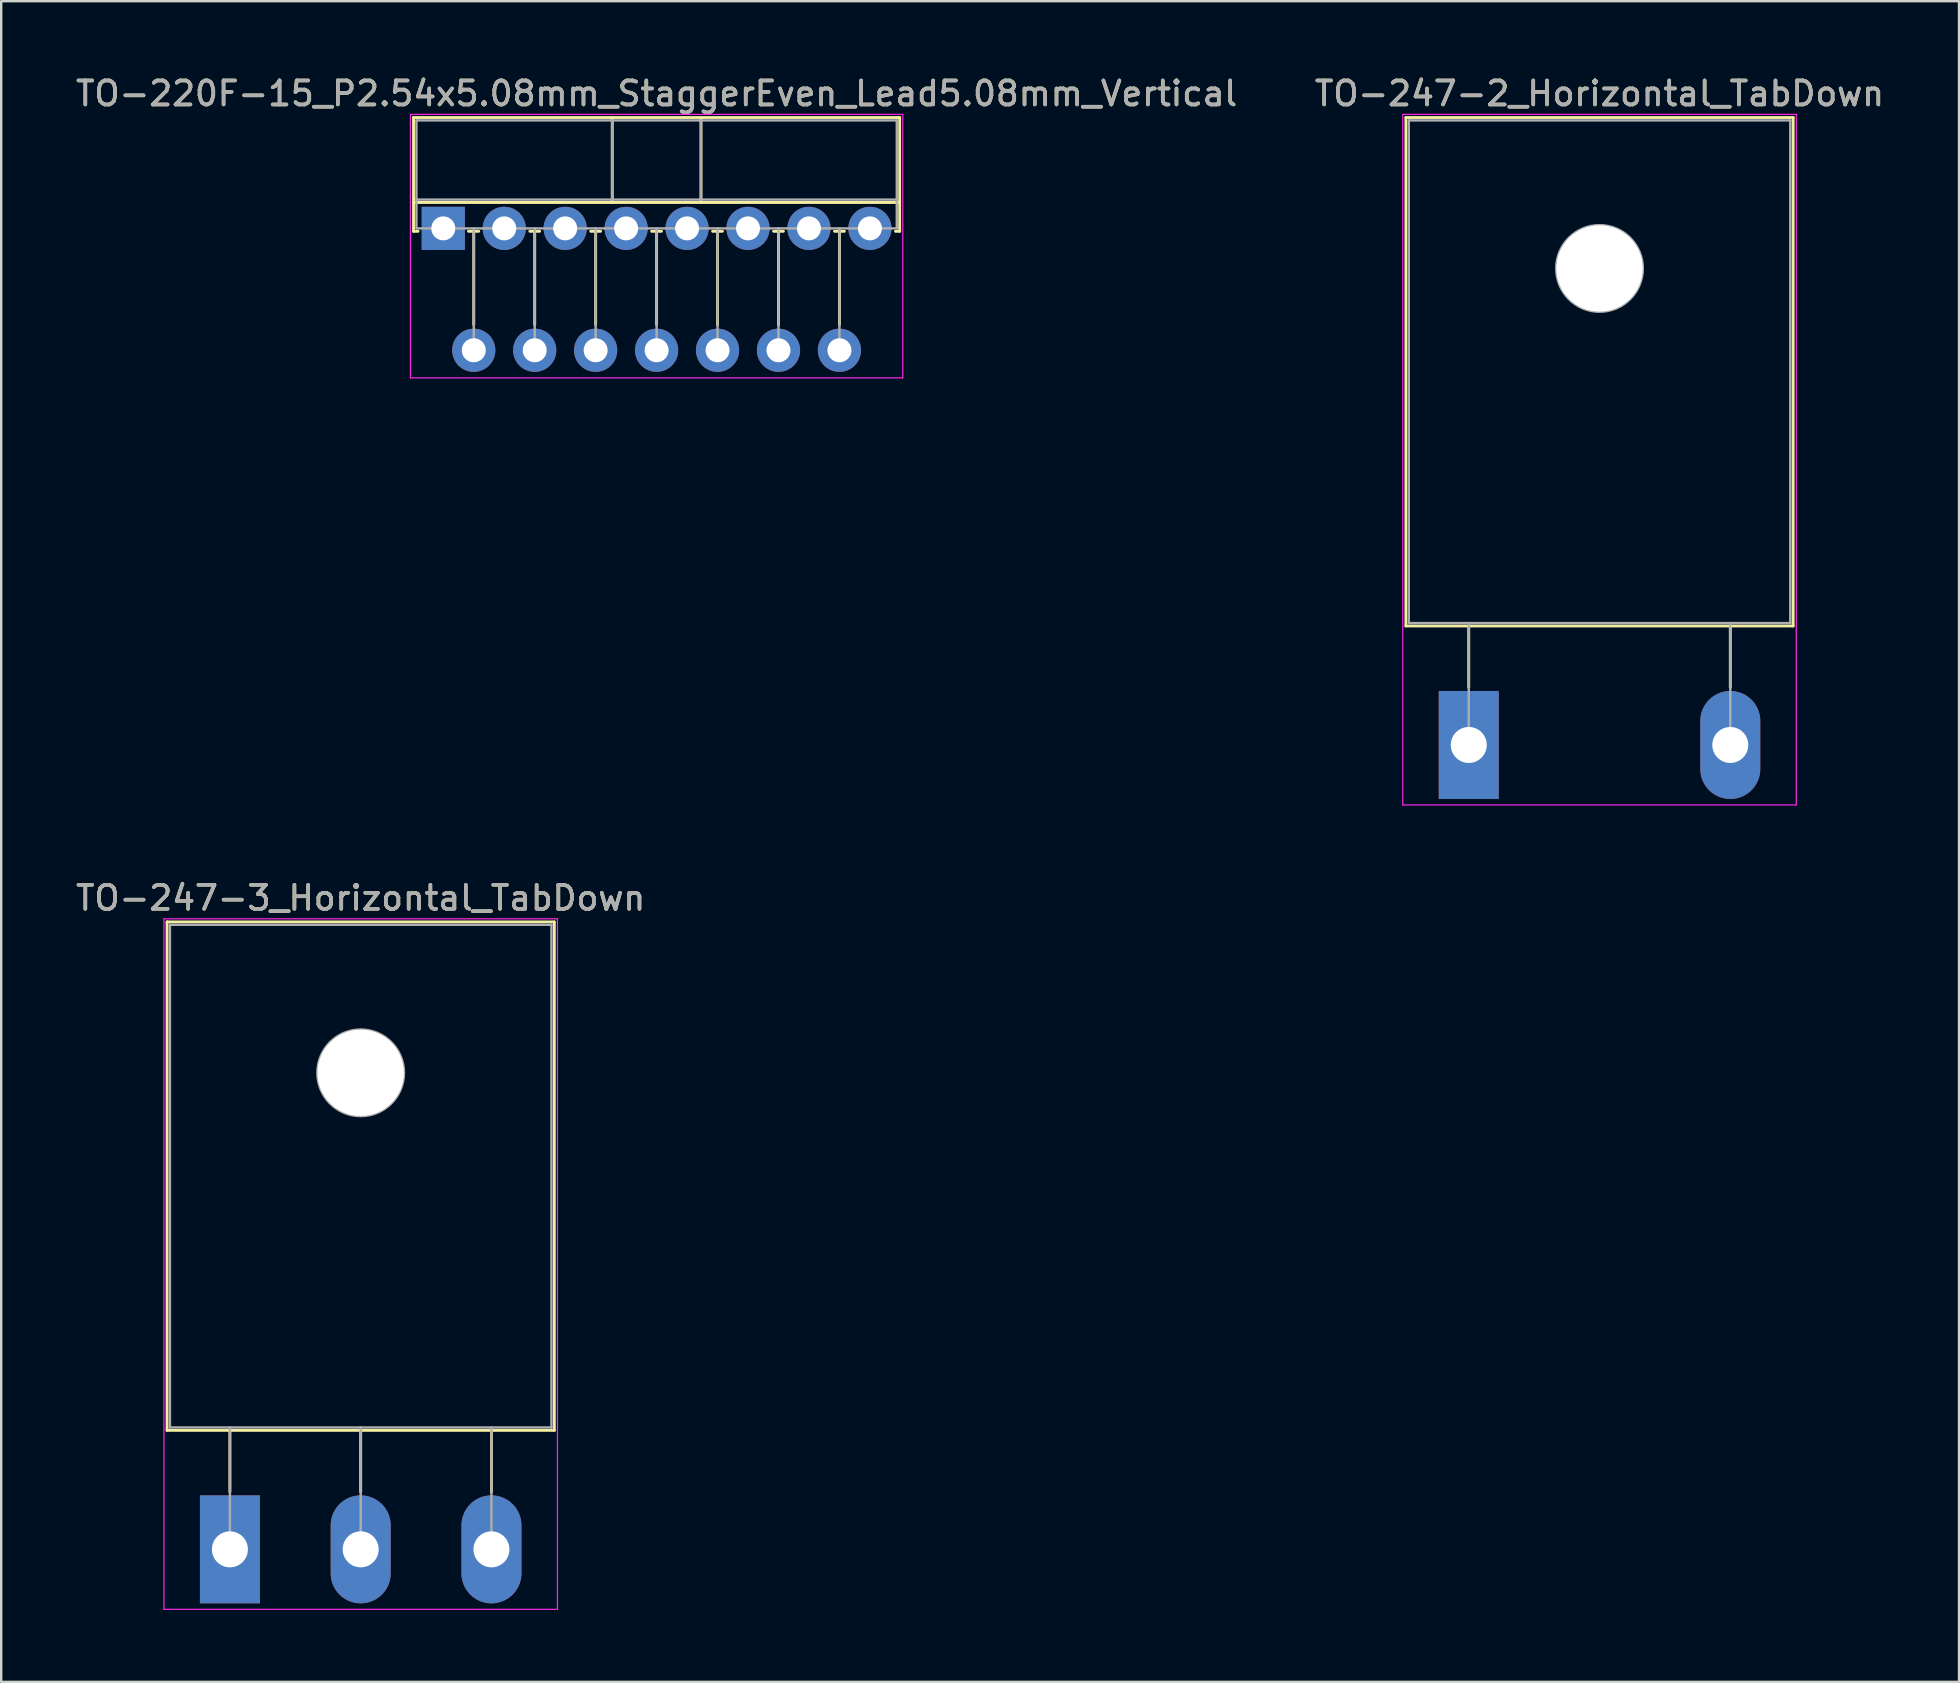
<source format=kicad_pcb>
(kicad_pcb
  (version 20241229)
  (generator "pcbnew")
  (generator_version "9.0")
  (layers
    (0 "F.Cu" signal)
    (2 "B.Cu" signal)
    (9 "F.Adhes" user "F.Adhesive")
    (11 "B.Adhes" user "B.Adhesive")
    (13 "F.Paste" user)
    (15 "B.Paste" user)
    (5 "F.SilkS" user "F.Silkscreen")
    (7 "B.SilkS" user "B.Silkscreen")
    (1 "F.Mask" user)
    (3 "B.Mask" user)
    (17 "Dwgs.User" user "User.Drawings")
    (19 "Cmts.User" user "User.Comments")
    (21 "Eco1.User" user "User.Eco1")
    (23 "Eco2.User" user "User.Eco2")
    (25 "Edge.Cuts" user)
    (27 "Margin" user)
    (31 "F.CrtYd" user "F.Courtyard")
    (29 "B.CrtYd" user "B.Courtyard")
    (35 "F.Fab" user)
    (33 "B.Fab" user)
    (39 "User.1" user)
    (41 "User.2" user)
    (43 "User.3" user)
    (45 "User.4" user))
  (footprint "TO-220F-15_P2.54x5.08mm_StaggerEven_Lead5.08mm_Vertical"
    (layer "F.Cu")
    (at 15.425 6.468)
    (property "Reference" "TO-220F-15_P2.54x5.08mm_StaggerEven_Lead5.08mm_Vertical" (at 8.89 -5.62 0) (layer "F.SilkS") (effects (font (size 1 1) (thickness 0.15))))
    (attr through_hole)
    (fp_line (start -1.24 -4.62) (end -1.24 0.121) (stroke (width 0.12) (type solid)) (layer "F.SilkS"))
    (fp_line (start -1.24 -4.62) (end 19.02 -4.62) (stroke (width 0.12) (type solid)) (layer "F.SilkS"))
    (fp_line (start -1.24 -1.08) (end 19.02 -1.08) (stroke (width 0.12) (type solid)) (layer "F.SilkS"))
    (fp_line (start -1.24 0.121) (end -1.05 0.121) (stroke (width 0.12) (type solid)) (layer "F.SilkS"))
    (fp_line (start 1.05 0.121) (end 1.475 0.121) (stroke (width 0.12) (type solid)) (layer "F.SilkS"))
    (fp_line (start 1.27 0.121) (end 1.27 4.015) (stroke (width 0.12) (type solid)) (layer "F.SilkS"))
    (fp_line (start 3.605 0.121) (end 4.016 0.121) (stroke (width 0.12) (type solid)) (layer "F.SilkS"))
    (fp_line (start 3.81 0.121) (end 3.81 4.015) (stroke (width 0.12) (type solid)) (layer "F.SilkS"))
    (fp_line (start 6.145 0.121) (end 6.555 0.121) (stroke (width 0.12) (type solid)) (layer "F.SilkS"))
    (fp_line (start 6.35 0.121) (end 6.35 4.015) (stroke (width 0.12) (type solid)) (layer "F.SilkS"))
    (fp_line (start 7.041 -4.62) (end 7.041 -1.08) (stroke (width 0.12) (type solid)) (layer "F.SilkS"))
    (fp_line (start 8.685 0.121) (end 9.095 0.121) (stroke (width 0.12) (type solid)) (layer "F.SilkS"))
    (fp_line (start 8.89 0.121) (end 8.89 4.015) (stroke (width 0.12) (type solid)) (layer "F.SilkS"))
    (fp_line (start 10.74 -4.62) (end 10.74 -1.08) (stroke (width 0.12) (type solid)) (layer "F.SilkS"))
    (fp_line (start 11.225 0.121) (end 11.635 0.121) (stroke (width 0.12) (type solid)) (layer "F.SilkS"))
    (fp_line (start 11.43 0.121) (end 11.43 4.015) (stroke (width 0.12) (type solid)) (layer "F.SilkS"))
    (fp_line (start 13.765 0.121) (end 14.175 0.121) (stroke (width 0.12) (type solid)) (layer "F.SilkS"))
    (fp_line (start 13.97 0.121) (end 13.97 4.015) (stroke (width 0.12) (type solid)) (layer "F.SilkS"))
    (fp_line (start 16.305 0.121) (end 16.715 0.121) (stroke (width 0.12) (type solid)) (layer "F.SilkS"))
    (fp_line (start 16.51 0.121) (end 16.51 4.015) (stroke (width 0.12) (type solid)) (layer "F.SilkS"))
    (fp_line (start 18.845 0.121) (end 19.02 0.121) (stroke (width 0.12) (type solid)) (layer "F.SilkS"))
    (fp_line (start 19.02 -4.62) (end 19.02 0.121) (stroke (width 0.12) (type solid)) (layer "F.SilkS"))
    (fp_line (start -1.37 -4.75) (end -1.37 6.23) (stroke (width 0.05) (type solid)) (layer "F.CrtYd"))
    (fp_line (start -1.37 6.23) (end 19.15 6.23) (stroke (width 0.05) (type solid)) (layer "F.CrtYd"))
    (fp_line (start 19.15 -4.75) (end -1.37 -4.75) (stroke (width 0.05) (type solid)) (layer "F.CrtYd"))
    (fp_line (start 19.15 6.23) (end 19.15 -4.75) (stroke (width 0.05) (type solid)) (layer "F.CrtYd"))
    (fp_line (start -1.12 -4.5) (end -1.12 0) (stroke (width 0.1) (type solid)) (layer "F.Fab"))
    (fp_line (start -1.12 -1.2) (end 18.9 -1.2) (stroke (width 0.1) (type solid)) (layer "F.Fab"))
    (fp_line (start -1.12 0) (end 18.9 0) (stroke (width 0.1) (type solid)) (layer "F.Fab"))
    (fp_line (start 1.27 0) (end 1.27 5.08) (stroke (width 0.1) (type solid)) (layer "F.Fab"))
    (fp_line (start 3.81 0) (end 3.81 5.08) (stroke (width 0.1) (type solid)) (layer "F.Fab"))
    (fp_line (start 6.35 0) (end 6.35 5.08) (stroke (width 0.1) (type solid)) (layer "F.Fab"))
    (fp_line (start 7.04 -4.5) (end 7.04 -1.2) (stroke (width 0.1) (type solid)) (layer "F.Fab"))
    (fp_line (start 8.89 0) (end 8.89 5.08) (stroke (width 0.1) (type solid)) (layer "F.Fab"))
    (fp_line (start 10.74 -4.5) (end 10.74 -1.2) (stroke (width 0.1) (type solid)) (layer "F.Fab"))
    (fp_line (start 11.43 0) (end 11.43 5.08) (stroke (width 0.1) (type solid)) (layer "F.Fab"))
    (fp_line (start 13.97 0) (end 13.97 5.08) (stroke (width 0.1) (type solid)) (layer "F.Fab"))
    (fp_line (start 16.51 0) (end 16.51 5.08) (stroke (width 0.1) (type solid)) (layer "F.Fab"))
    (fp_line (start 18.9 -4.5) (end -1.12 -4.5) (stroke (width 0.1) (type solid)) (layer "F.Fab"))
    (fp_line (start 18.9 0) (end 18.9 -4.5) (stroke (width 0.1) (type solid)) (layer "F.Fab"))
    (fp_text user "${REFERENCE}" (at 8.89 -5.62 0) (layer "F.Fab") (effects (font (size 1 1) (thickness 0.15))))
    (pad "1" thru_hole rect (at 0 0) (size 1.8 1.8) (drill 1) (layers "*.Cu" "*.Mask"))
    (pad "2" thru_hole oval (at 1.27 5.08) (size 1.8 1.8) (drill 1) (layers "*.Cu" "*.Mask"))
    (pad "3" thru_hole oval (at 2.54 0) (size 1.8 1.8) (drill 1) (layers "*.Cu" "*.Mask"))
    (pad "4" thru_hole oval (at 3.81 5.08) (size 1.8 1.8) (drill 1) (layers "*.Cu" "*.Mask"))
    (pad "5" thru_hole oval (at 5.08 0) (size 1.8 1.8) (drill 1) (layers "*.Cu" "*.Mask"))
    (pad "6" thru_hole oval (at 6.35 5.08) (size 1.8 1.8) (drill 1) (layers "*.Cu" "*.Mask"))
    (pad "7" thru_hole oval (at 7.62 0) (size 1.8 1.8) (drill 1) (layers "*.Cu" "*.Mask"))
    (pad "8" thru_hole oval (at 8.89 5.08) (size 1.8 1.8) (drill 1) (layers "*.Cu" "*.Mask"))
    (pad "9" thru_hole oval (at 10.16 0) (size 1.8 1.8) (drill 1) (layers "*.Cu" "*.Mask"))
    (pad "10" thru_hole oval (at 11.43 5.08) (size 1.8 1.8) (drill 1) (layers "*.Cu" "*.Mask"))
    (pad "11" thru_hole oval (at 12.7 0) (size 1.8 1.8) (drill 1) (layers "*.Cu" "*.Mask"))
    (pad "12" thru_hole oval (at 13.97 5.08) (size 1.8 1.8) (drill 1) (layers "*.Cu" "*.Mask"))
    (pad "13" thru_hole oval (at 15.24 0) (size 1.8 1.8) (drill 1) (layers "*.Cu" "*.Mask"))
    (pad "14" thru_hole oval (at 16.51 5.08) (size 1.8 1.8) (drill 1) (layers "*.Cu" "*.Mask"))
    (pad "15" thru_hole oval (at 17.78 0) (size 1.8 1.8) (drill 1) (layers "*.Cu" "*.Mask")))
  (footprint "TO-247-2_Horizontal_TabDown"
    (layer "F.Cu")
    (at 58.163 27.998)
    (property "Reference" "TO-247-2_Horizontal_TabDown" (at 5.45 -27.15 0) (layer "F.SilkS") (effects (font (size 1 1) (thickness 0.15))))
    (attr through_hole)
    (fp_line (start -2.62 -26.15) (end -2.62 -4.96) (stroke (width 0.12) (type solid)) (layer "F.SilkS"))
    (fp_line (start -2.62 -26.15) (end 13.52 -26.15) (stroke (width 0.12) (type solid)) (layer "F.SilkS"))
    (fp_line (start -2.62 -4.96) (end 13.52 -4.96) (stroke (width 0.12) (type solid)) (layer "F.SilkS"))
    (fp_line (start 0 -4.96) (end 0 -2.4) (stroke (width 0.12) (type solid)) (layer "F.SilkS"))
    (fp_line (start 10.9 -4.96) (end 10.9 -2.4) (stroke (width 0.12) (type solid)) (layer "F.SilkS"))
    (fp_line (start 13.52 -26.15) (end 13.52 -4.96) (stroke (width 0.12) (type solid)) (layer "F.SilkS"))
    (fp_line (start -2.75 -26.28) (end -2.75 2.5) (stroke (width 0.05) (type solid)) (layer "F.CrtYd"))
    (fp_line (start -2.75 2.5) (end 13.65 2.5) (stroke (width 0.05) (type solid)) (layer "F.CrtYd"))
    (fp_line (start 13.65 -26.28) (end -2.75 -26.28) (stroke (width 0.05) (type solid)) (layer "F.CrtYd"))
    (fp_line (start 13.65 2.5) (end 13.65 -26.28) (stroke (width 0.05) (type solid)) (layer "F.CrtYd"))
    (fp_line (start -2.5 -26.03) (end 13.4 -26.03) (stroke (width 0.1) (type solid)) (layer "F.Fab"))
    (fp_line (start -2.5 -5.08) (end -2.5 -26.03) (stroke (width 0.1) (type solid)) (layer "F.Fab"))
    (fp_line (start 0 -5.08) (end 0 0) (stroke (width 0.1) (type solid)) (layer "F.Fab"))
    (fp_line (start 10.9 -5.08) (end 10.9 0) (stroke (width 0.1) (type solid)) (layer "F.Fab"))
    (fp_line (start 13.4 -26.03) (end 13.4 -5.08) (stroke (width 0.1) (type solid)) (layer "F.Fab"))
    (fp_line (start 13.4 -5.08) (end -2.5 -5.08) (stroke (width 0.1) (type solid)) (layer "F.Fab"))
    (fp_circle (center 5.45 -19.86) (end 7.255 -19.86) (stroke (width 0.1) (type solid)) (fill no) (layer "F.Fab"))
    (fp_text user "${REFERENCE}" (at 5.45 -27.15 0) (layer "F.Fab") (effects (font (size 1 1) (thickness 0.15))))
    (pad "" np_thru_hole oval (at 5.45 -19.86) (size 3.6 3.6) (drill 3.6) (layers "*.Cu" "*.Mask"))
    (pad "1" thru_hole rect (at 0 0) (size 2.5 4.5) (drill 1.5) (layers "*.Cu" "*.Mask"))
    (pad "2" thru_hole oval (at 10.9 0) (size 2.5 4.5) (drill 1.5) (layers "*.Cu" "*.Mask")))
  (footprint "TO-247-3_Horizontal_TabDown"
    (layer "F.Cu")
    (at 6.532 61.522)
    (property "Reference" "TO-247-3_Horizontal_TabDown" (at 5.45 -27.15 0) (layer "F.SilkS") (effects (font (size 1 1) (thickness 0.15))))
    (attr through_hole)
    (fp_line (start -2.62 -26.15) (end -2.62 -4.96) (stroke (width 0.12) (type solid)) (layer "F.SilkS"))
    (fp_line (start -2.62 -26.15) (end 13.52 -26.15) (stroke (width 0.12) (type solid)) (layer "F.SilkS"))
    (fp_line (start -2.62 -4.96) (end 13.52 -4.96) (stroke (width 0.12) (type solid)) (layer "F.SilkS"))
    (fp_line (start 0 -4.96) (end 0 -2.4) (stroke (width 0.12) (type solid)) (layer "F.SilkS"))
    (fp_line (start 5.45 -4.96) (end 5.45 -2.4) (stroke (width 0.12) (type solid)) (layer "F.SilkS"))
    (fp_line (start 10.9 -4.96) (end 10.9 -2.4) (stroke (width 0.12) (type solid)) (layer "F.SilkS"))
    (fp_line (start 13.52 -26.15) (end 13.52 -4.96) (stroke (width 0.12) (type solid)) (layer "F.SilkS"))
    (fp_line (start -2.75 -26.28) (end -2.75 2.5) (stroke (width 0.05) (type solid)) (layer "F.CrtYd"))
    (fp_line (start -2.75 2.5) (end 13.65 2.5) (stroke (width 0.05) (type solid)) (layer "F.CrtYd"))
    (fp_line (start 13.65 -26.28) (end -2.75 -26.28) (stroke (width 0.05) (type solid)) (layer "F.CrtYd"))
    (fp_line (start 13.65 2.5) (end 13.65 -26.28) (stroke (width 0.05) (type solid)) (layer "F.CrtYd"))
    (fp_line (start -2.5 -26.03) (end 13.4 -26.03) (stroke (width 0.1) (type solid)) (layer "F.Fab"))
    (fp_line (start -2.5 -5.08) (end -2.5 -26.03) (stroke (width 0.1) (type solid)) (layer "F.Fab"))
    (fp_line (start 0 -5.08) (end 0 0) (stroke (width 0.1) (type solid)) (layer "F.Fab"))
    (fp_line (start 5.45 -5.08) (end 5.45 0) (stroke (width 0.1) (type solid)) (layer "F.Fab"))
    (fp_line (start 10.9 -5.08) (end 10.9 0) (stroke (width 0.1) (type solid)) (layer "F.Fab"))
    (fp_line (start 13.4 -26.03) (end 13.4 -5.08) (stroke (width 0.1) (type solid)) (layer "F.Fab"))
    (fp_line (start 13.4 -5.08) (end -2.5 -5.08) (stroke (width 0.1) (type solid)) (layer "F.Fab"))
    (fp_circle (center 5.45 -19.86) (end 7.255 -19.86) (stroke (width 0.1) (type solid)) (fill no) (layer "F.Fab"))
    (fp_text user "${REFERENCE}" (at 5.45 -27.15 0) (layer "F.Fab") (effects (font (size 1 1) (thickness 0.15))))
    (pad "" np_thru_hole oval (at 5.45 -19.86) (size 3.6 3.6) (drill 3.6) (layers "*.Cu" "*.Mask"))
    (pad "1" thru_hole rect (at 0 0) (size 2.5 4.5) (drill 1.5) (layers "*.Cu" "*.Mask"))
    (pad "2" thru_hole oval (at 5.45 0) (size 2.5 4.5) (drill 1.5) (layers "*.Cu" "*.Mask"))
    (pad "3" thru_hole oval (at 10.9 0) (size 2.5 4.5) (drill 1.5) (layers "*.Cu" "*.Mask")))
  (gr_rect
    (start -3 -3)
    (end 78.595 67.046)
    (stroke (width 0.1) (type default))
    (fill no)
    (layer "Edge.Cuts")))
</source>
